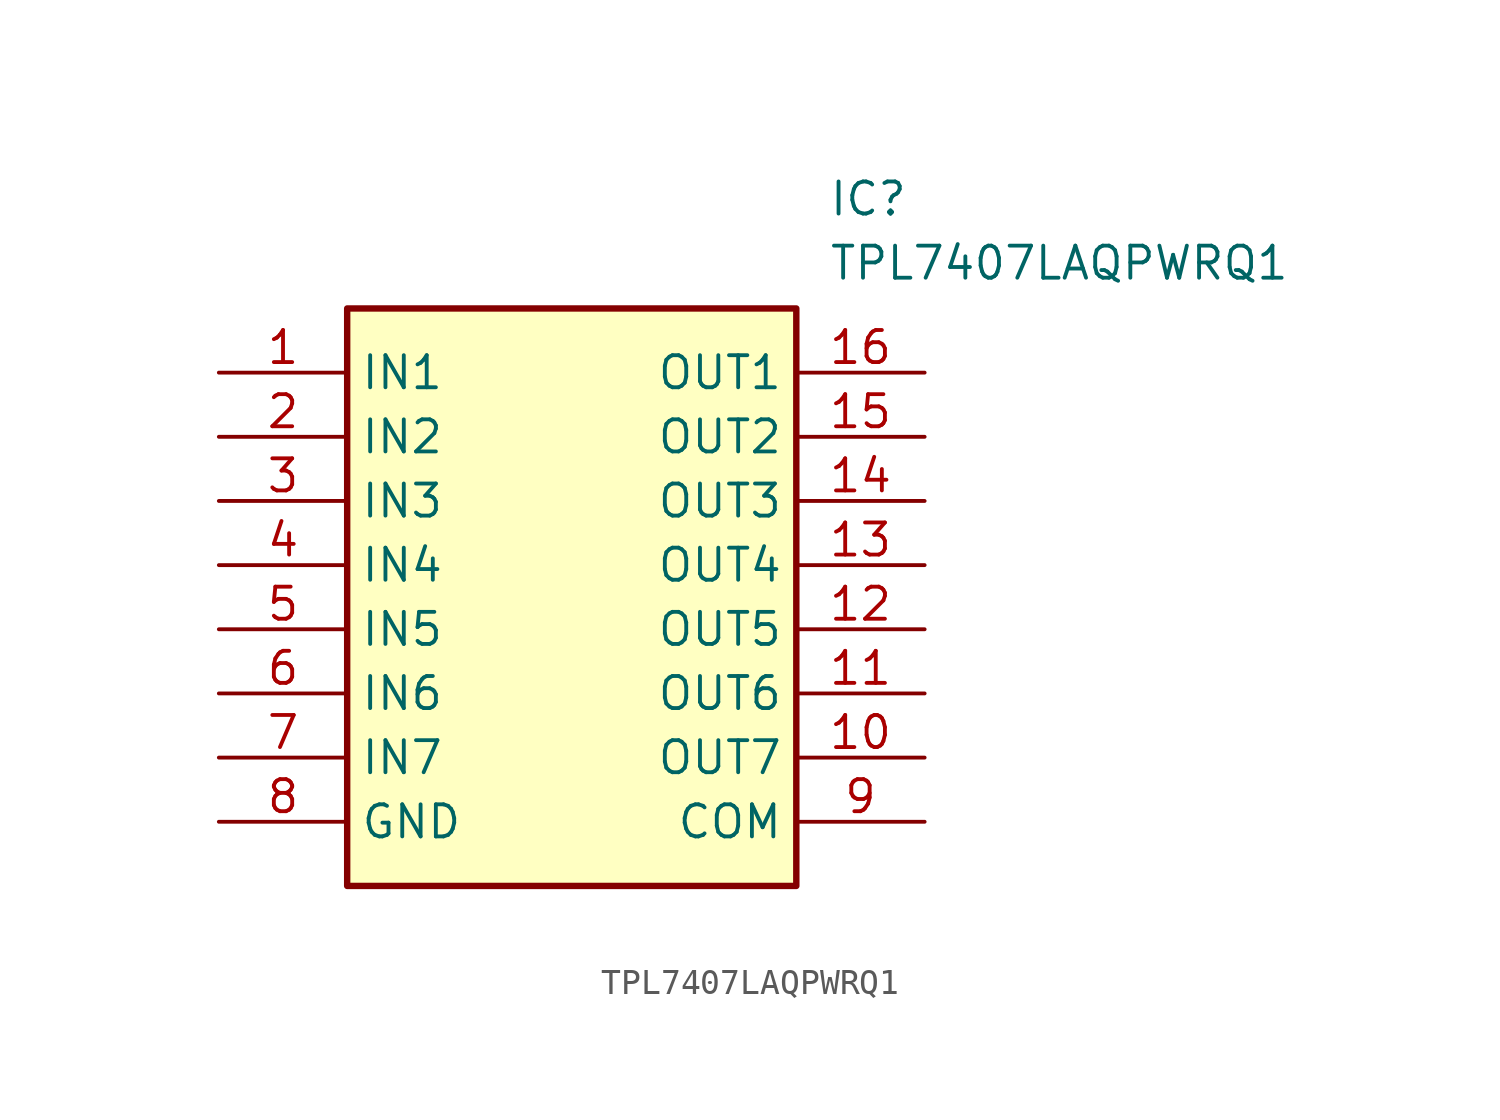
<source format=kicad_sym>
(kicad_symbol_lib
  (version 20211014)
  (generator SamacSys_ECAD_Model)
  (symbol "TPL7407LAQPWRQ1"
    (property "Reference" "IC"
      (at 24.13 7.62 0)
      (effects (font (size 1.27 1.27)) (justify left top)))
    (property "Value" "TPL7407LAQPWRQ1"
      (at 24.13 5.08 0)
      (effects (font (size 1.27 1.27)) (justify left top)))
    (rectangle
      (start 5.08 2.54)
      (end 22.86 -20.32)
      (stroke (width 0.254) (type default))
      (fill (type background)))
    (pin passive line
      (at 0 0 0)
      (length 5.08)
      (name "IN1" (effects (font (size 1.27 1.27))))
      (number "1" (effects (font (size 1.27 1.27)))))
    (pin passive line
      (at 0 -2.54 0)
      (length 5.08)
      (name "IN2" (effects (font (size 1.27 1.27))))
      (number "2" (effects (font (size 1.27 1.27)))))
    (pin passive line
      (at 0 -5.08 0)
      (length 5.08)
      (name "IN3" (effects (font (size 1.27 1.27))))
      (number "3" (effects (font (size 1.27 1.27)))))
    (pin passive line
      (at 0 -7.62 0)
      (length 5.08)
      (name "IN4" (effects (font (size 1.27 1.27))))
      (number "4" (effects (font (size 1.27 1.27)))))
    (pin passive line
      (at 0 -10.16 0)
      (length 5.08)
      (name "IN5" (effects (font (size 1.27 1.27))))
      (number "5" (effects (font (size 1.27 1.27)))))
    (pin passive line
      (at 0 -12.7 0)
      (length 5.08)
      (name "IN6" (effects (font (size 1.27 1.27))))
      (number "6" (effects (font (size 1.27 1.27)))))
    (pin passive line
      (at 0 -15.24 0)
      (length 5.08)
      (name "IN7" (effects (font (size 1.27 1.27))))
      (number "7" (effects (font (size 1.27 1.27)))))
    (pin passive line
      (at 0 -17.78 0)
      (length 5.08)
      (name "GND" (effects (font (size 1.27 1.27))))
      (number "8" (effects (font (size 1.27 1.27)))))
    (pin passive line
      (at 27.94 0 180)
      (length 5.08)
      (name "OUT1" (effects (font (size 1.27 1.27))))
      (number "16" (effects (font (size 1.27 1.27)))))
    (pin passive line
      (at 27.94 -2.54 180)
      (length 5.08)
      (name "OUT2" (effects (font (size 1.27 1.27))))
      (number "15" (effects (font (size 1.27 1.27)))))
    (pin passive line
      (at 27.94 -5.08 180)
      (length 5.08)
      (name "OUT3" (effects (font (size 1.27 1.27))))
      (number "14" (effects (font (size 1.27 1.27)))))
    (pin passive line
      (at 27.94 -7.62 180)
      (length 5.08)
      (name "OUT4" (effects (font (size 1.27 1.27))))
      (number "13" (effects (font (size 1.27 1.27)))))
    (pin passive line
      (at 27.94 -10.16 180)
      (length 5.08)
      (name "OUT5" (effects (font (size 1.27 1.27))))
      (number "12" (effects (font (size 1.27 1.27)))))
    (pin passive line
      (at 27.94 -12.7 180)
      (length 5.08)
      (name "OUT6" (effects (font (size 1.27 1.27))))
      (number "11" (effects (font (size 1.27 1.27)))))
    (pin passive line
      (at 27.94 -15.24 180)
      (length 5.08)
      (name "OUT7" (effects (font (size 1.27 1.27))))
      (number "10" (effects (font (size 1.27 1.27)))))
    (pin passive line
      (at 27.94 -17.78 180)
      (length 5.08)
      (name "COM" (effects (font (size 1.27 1.27))))
      (number "9" (effects (font (size 1.27 1.27)))))))
</source>
